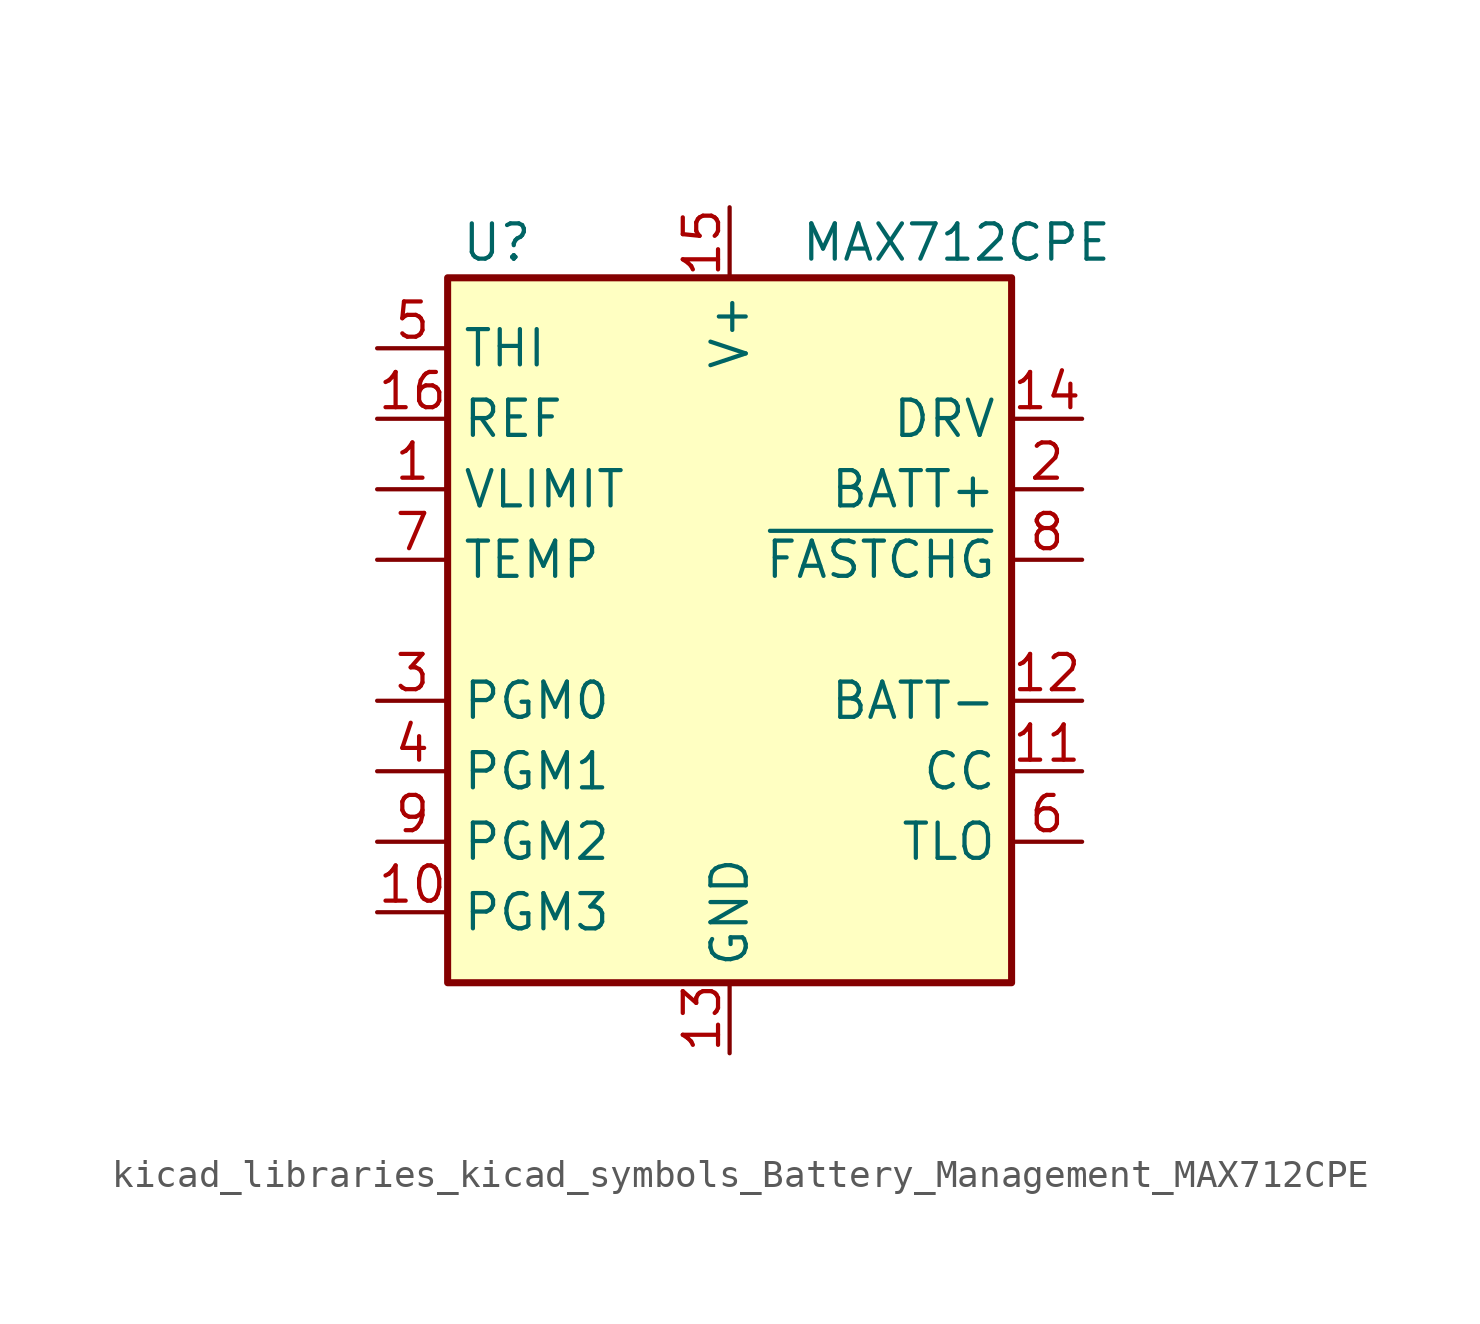
<source format=kicad_sym>
(kicad_symbol_lib
  (version 20220914)
  (generator kicad_symbol_editor)
  (symbol "kicad_libraries_kicad_symbols_Battery_Management_MAX712CPE"
    (property "Reference" "U"
      (at -8.382 13.97 0)
      (effects (font (size 1.27 1.27))))
    (property "Value" "MAX712CPE"
      (at 2.54 13.97 0)
      (effects (font (size 1.27 1.27)) (justify left)))
    (symbol "kicad_libraries_kicad_symbols_Battery_Management_MAX712CPE_0_1"
      (rectangle (start -10.16 12.7) (end 10.16 -12.7) (stroke (width 0.254) (type default)) (fill (type background))))
    (symbol "kicad_libraries_kicad_symbols_Battery_Management_MAX712CPE_1_1"
      (pin input line (at -12.7 5.08 0) (length 2.54) (name "VLIMIT" (effects (font (size 1.27 1.27)))) (number "1" (effects (font (size 1.27 1.27)))))
      (pin input line (at -12.7 -10.16 0) (length 2.54) (name "PGM3" (effects (font (size 1.27 1.27)))) (number "10" (effects (font (size 1.27 1.27)))))
      (pin input line (at 12.7 -5.08 180) (length 2.54) (name "CC" (effects (font (size 1.27 1.27)))) (number "11" (effects (font (size 1.27 1.27)))))
      (pin input line (at 12.7 -2.54 180) (length 2.54) (name "BATT-" (effects (font (size 1.27 1.27)))) (number "12" (effects (font (size 1.27 1.27)))))
      (pin power_in line (at 0 -15.24 90) (length 2.54) (name "GND" (effects (font (size 1.27 1.27)))) (number "13" (effects (font (size 1.27 1.27)))))
      (pin output line (at 12.7 7.62 180) (length 2.54) (name "DRV" (effects (font (size 1.27 1.27)))) (number "14" (effects (font (size 1.27 1.27)))))
      (pin power_in line (at 0 15.24 270) (length 2.54) (name "V+" (effects (font (size 1.27 1.27)))) (number "15" (effects (font (size 1.27 1.27)))))
      (pin power_in line (at -12.7 7.62 0) (length 2.54) (name "REF" (effects (font (size 1.27 1.27)))) (number "16" (effects (font (size 1.27 1.27)))))
      (pin input line (at 12.7 5.08 180) (length 2.54) (name "BATT+" (effects (font (size 1.27 1.27)))) (number "2" (effects (font (size 1.27 1.27)))))
      (pin input line (at -12.7 -2.54 0) (length 2.54) (name "PGM0" (effects (font (size 1.27 1.27)))) (number "3" (effects (font (size 1.27 1.27)))))
      (pin input line (at -12.7 -5.08 0) (length 2.54) (name "PGM1" (effects (font (size 1.27 1.27)))) (number "4" (effects (font (size 1.27 1.27)))))
      (pin input line (at -12.7 10.16 0) (length 2.54) (name "THI" (effects (font (size 1.27 1.27)))) (number "5" (effects (font (size 1.27 1.27)))))
      (pin input line (at 12.7 -7.62 180) (length 2.54) (name "TLO" (effects (font (size 1.27 1.27)))) (number "6" (effects (font (size 1.27 1.27)))))
      (pin input line (at -12.7 2.54 0) (length 2.54) (name "TEMP" (effects (font (size 1.27 1.27)))) (number "7" (effects (font (size 1.27 1.27)))))
      (pin open_collector line (at 12.7 2.54 180) (length 2.54) (name "~{FASTCHG}" (effects (font (size 1.27 1.27)))) (number "8" (effects (font (size 1.27 1.27)))))
      (pin input line (at -12.7 -7.62 0) (length 2.54) (name "PGM2" (effects (font (size 1.27 1.27)))) (number "9" (effects (font (size 1.27 1.27))))))))
</source>
